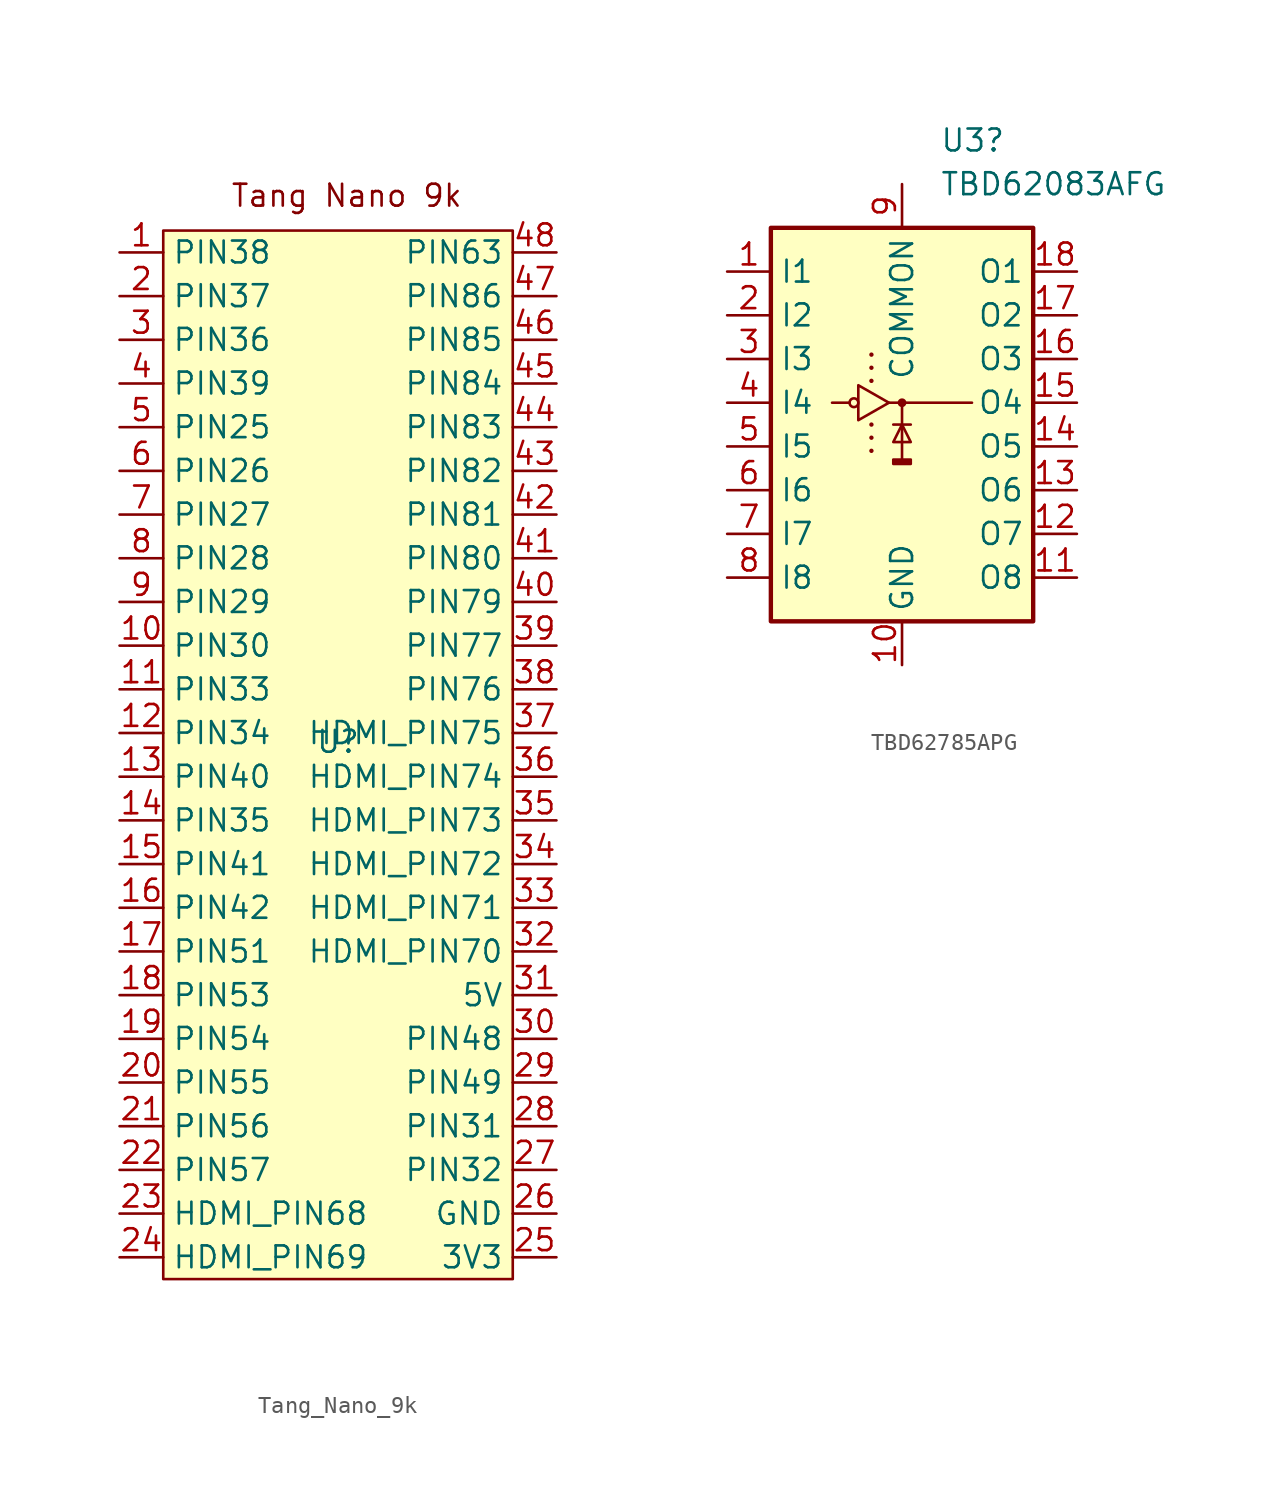
<source format=kicad_sym>
(kicad_symbol_lib
  (version 20231120)
  (generator "kicad_symbol_editor")
  (generator_version "8.0")
  (symbol "Tang_Nano_9k"
    (property "Reference" "U"
      (at 0 -0.508 0)
      (effects (font (size 1.27 1.27))))
    (property "Value" ""
      (at -2.54 0 0)
      (effects (font (size 1.27 1.27))))
    (symbol "Tang_Nano_9k_1_1"
      (rectangle (start -10.16 29.21) (end 10.16 -31.75) (stroke (width 0) (type default)) (fill (type background)))
      (text "Tang Nano 9k" (at 0.508 31.242 0) (effects (font (size 1.27 1.27))))
      (pin bidirectional line (at -12.7 27.94 0) (length 2.54) (name "PIN38" (effects (font (size 1.27 1.27)))) (number "1" (effects (font (size 1.27 1.27)))))
      (pin bidirectional line (at -12.7 5.08 0) (length 2.54) (name "PIN30" (effects (font (size 1.27 1.27)))) (number "10" (effects (font (size 1.27 1.27)))))
      (pin bidirectional line (at -12.7 2.54 0) (length 2.54) (name "PIN33" (effects (font (size 1.27 1.27)))) (number "11" (effects (font (size 1.27 1.27)))))
      (pin bidirectional line (at -12.7 0 0) (length 2.54) (name "PIN34" (effects (font (size 1.27 1.27)))) (number "12" (effects (font (size 1.27 1.27)))))
      (pin bidirectional line (at -12.7 -2.54 0) (length 2.54) (name "PIN40" (effects (font (size 1.27 1.27)))) (number "13" (effects (font (size 1.27 1.27)))))
      (pin bidirectional line (at -12.7 -5.08 0) (length 2.54) (name "PIN35" (effects (font (size 1.27 1.27)))) (number "14" (effects (font (size 1.27 1.27)))))
      (pin bidirectional line (at -12.7 -7.62 0) (length 2.54) (name "PIN41" (effects (font (size 1.27 1.27)))) (number "15" (effects (font (size 1.27 1.27)))))
      (pin bidirectional line (at -12.7 -10.16 0) (length 2.54) (name "PIN42" (effects (font (size 1.27 1.27)))) (number "16" (effects (font (size 1.27 1.27)))))
      (pin bidirectional line (at -12.7 -12.7 0) (length 2.54) (name "PIN51" (effects (font (size 1.27 1.27)))) (number "17" (effects (font (size 1.27 1.27)))))
      (pin bidirectional line (at -12.7 -15.24 0) (length 2.54) (name "PIN53" (effects (font (size 1.27 1.27)))) (number "18" (effects (font (size 1.27 1.27)))))
      (pin bidirectional line (at -12.7 -17.78 0) (length 2.54) (name "PIN54" (effects (font (size 1.27 1.27)))) (number "19" (effects (font (size 1.27 1.27)))))
      (pin bidirectional line (at -12.7 25.4 0) (length 2.54) (name "PIN37" (effects (font (size 1.27 1.27)))) (number "2" (effects (font (size 1.27 1.27)))))
      (pin bidirectional line (at -12.7 -20.32 0) (length 2.54) (name "PIN55" (effects (font (size 1.27 1.27)))) (number "20" (effects (font (size 1.27 1.27)))))
      (pin bidirectional line (at -12.7 -22.86 0) (length 2.54) (name "PIN56" (effects (font (size 1.27 1.27)))) (number "21" (effects (font (size 1.27 1.27)))))
      (pin bidirectional line (at -12.7 -25.4 0) (length 2.54) (name "PIN57" (effects (font (size 1.27 1.27)))) (number "22" (effects (font (size 1.27 1.27)))))
      (pin bidirectional line (at -12.7 -27.94 0) (length 2.54) (name "HDMI_PIN68" (effects (font (size 1.27 1.27)))) (number "23" (effects (font (size 1.27 1.27)))))
      (pin bidirectional line (at -12.7 -30.48 0) (length 2.54) (name "HDMI_PIN69" (effects (font (size 1.27 1.27)))) (number "24" (effects (font (size 1.27 1.27)))))
      (pin power_out line (at 12.7 -30.48 180) (length 2.54) (name "3V3" (effects (font (size 1.27 1.27)))) (number "25" (effects (font (size 1.27 1.27)))))
      (pin power_out line (at 12.7 -27.94 180) (length 2.54) (name "GND" (effects (font (size 1.27 1.27)))) (number "26" (effects (font (size 1.27 1.27)))))
      (pin bidirectional line (at 12.7 -25.4 180) (length 2.54) (name "PIN32" (effects (font (size 1.27 1.27)))) (number "27" (effects (font (size 1.27 1.27)))))
      (pin bidirectional line (at 12.7 -22.86 180) (length 2.54) (name "PIN31" (effects (font (size 1.27 1.27)))) (number "28" (effects (font (size 1.27 1.27)))))
      (pin bidirectional line (at 12.7 -20.32 180) (length 2.54) (name "PIN49" (effects (font (size 1.27 1.27)))) (number "29" (effects (font (size 1.27 1.27)))))
      (pin bidirectional line (at -12.7 22.86 0) (length 2.54) (name "PIN36" (effects (font (size 1.27 1.27)))) (number "3" (effects (font (size 1.27 1.27)))))
      (pin bidirectional line (at 12.7 -17.78 180) (length 2.54) (name "PIN48" (effects (font (size 1.27 1.27)))) (number "30" (effects (font (size 1.27 1.27)))))
      (pin power_out line (at 12.7 -15.24 180) (length 2.54) (name "5V" (effects (font (size 1.27 1.27)))) (number "31" (effects (font (size 1.27 1.27)))))
      (pin bidirectional line (at 12.7 -12.7 180) (length 2.54) (name "HDMI_PIN70" (effects (font (size 1.27 1.27)))) (number "32" (effects (font (size 1.27 1.27)))))
      (pin bidirectional line (at 12.7 -10.16 180) (length 2.54) (name "HDMI_PIN71" (effects (font (size 1.27 1.27)))) (number "33" (effects (font (size 1.27 1.27)))))
      (pin bidirectional line (at 12.7 -7.62 180) (length 2.54) (name "HDMI_PIN72" (effects (font (size 1.27 1.27)))) (number "34" (effects (font (size 1.27 1.27)))))
      (pin bidirectional line (at 12.7 -5.08 180) (length 2.54) (name "HDMI_PIN73" (effects (font (size 1.27 1.27)))) (number "35" (effects (font (size 1.27 1.27)))))
      (pin bidirectional line (at 12.7 -2.54 180) (length 2.54) (name "HDMI_PIN74" (effects (font (size 1.27 1.27)))) (number "36" (effects (font (size 1.27 1.27)))))
      (pin bidirectional line (at 12.7 0 180) (length 2.54) (name "HDMI_PIN75" (effects (font (size 1.27 1.27)))) (number "37" (effects (font (size 1.27 1.27)))))
      (pin bidirectional line (at 12.7 2.54 180) (length 2.54) (name "PIN76" (effects (font (size 1.27 1.27)))) (number "38" (effects (font (size 1.27 1.27)))))
      (pin bidirectional line (at 12.7 5.08 180) (length 2.54) (name "PIN77" (effects (font (size 1.27 1.27)))) (number "39" (effects (font (size 1.27 1.27)))))
      (pin bidirectional line (at -12.7 20.32 0) (length 2.54) (name "PIN39" (effects (font (size 1.27 1.27)))) (number "4" (effects (font (size 1.27 1.27)))))
      (pin bidirectional line (at 12.7 7.62 180) (length 2.54) (name "PIN79" (effects (font (size 1.27 1.27)))) (number "40" (effects (font (size 1.27 1.27)))))
      (pin bidirectional line (at 12.7 10.16 180) (length 2.54) (name "PIN80" (effects (font (size 1.27 1.27)))) (number "41" (effects (font (size 1.27 1.27)))))
      (pin bidirectional line (at 12.7 12.7 180) (length 2.54) (name "PIN81" (effects (font (size 1.27 1.27)))) (number "42" (effects (font (size 1.27 1.27)))))
      (pin bidirectional line (at 12.7 15.24 180) (length 2.54) (name "PIN82" (effects (font (size 1.27 1.27)))) (number "43" (effects (font (size 1.27 1.27)))))
      (pin bidirectional line (at 12.7 17.78 180) (length 2.54) (name "PIN83" (effects (font (size 1.27 1.27)))) (number "44" (effects (font (size 1.27 1.27)))))
      (pin bidirectional line (at 12.7 20.32 180) (length 2.54) (name "PIN84" (effects (font (size 1.27 1.27)))) (number "45" (effects (font (size 1.27 1.27)))))
      (pin bidirectional line (at 12.7 22.86 180) (length 2.54) (name "PIN85" (effects (font (size 1.27 1.27)))) (number "46" (effects (font (size 1.27 1.27)))))
      (pin bidirectional line (at 12.7 25.4 180) (length 2.54) (name "PIN86" (effects (font (size 1.27 1.27)))) (number "47" (effects (font (size 1.27 1.27)))))
      (pin bidirectional line (at 12.7 27.94 180) (length 2.54) (name "PIN63" (effects (font (size 1.27 1.27)))) (number "48" (effects (font (size 1.27 1.27)))))
      (pin bidirectional line (at -12.7 17.78 0) (length 2.54) (name "PIN25" (effects (font (size 1.27 1.27)))) (number "5" (effects (font (size 1.27 1.27)))))
      (pin bidirectional line (at -12.7 15.24 0) (length 2.54) (name "PIN26" (effects (font (size 1.27 1.27)))) (number "6" (effects (font (size 1.27 1.27)))))
      (pin bidirectional line (at -12.7 12.7 0) (length 2.54) (name "PIN27" (effects (font (size 1.27 1.27)))) (number "7" (effects (font (size 1.27 1.27)))))
      (pin bidirectional line (at -12.7 10.16 0) (length 2.54) (name "PIN28" (effects (font (size 1.27 1.27)))) (number "8" (effects (font (size 1.27 1.27)))))
      (pin bidirectional line (at -12.7 7.62 0) (length 2.54) (name "PIN29" (effects (font (size 1.27 1.27)))) (number "9" (effects (font (size 1.27 1.27)))))))
  (symbol "TBD62785APG"
    (property "Reference" "U3"
      (at 2.194 15.24 0)
      (effects (font (size 1.27 1.27)) (justify left)))
    (property "Value" "TBD62083AFG"
      (at 2.194 12.7 0)
      (effects (font (size 1.27 1.27)) (justify left)))
    (symbol "TBD62785APG_0_1"
      (rectangle (start -7.62 10.16) (end 7.62 -12.7) (stroke (width 0.254) (type default)) (fill (type background)))
      (circle (center -2.794 0) (radius 0.254) (stroke (width 0) (type default)) (fill (type none)))
      (rectangle (start -0.508 -3.302) (end 0.508 -3.556) (stroke (width 0) (type default)) (fill (type outline)))
      (polyline (pts (xy -4.064 0) (xy -3.048 0)) (stroke (width 0) (type default)) (fill (type none)))
      (polyline (pts (xy -1.778 -2.794) (xy -1.778 -2.794)) (stroke (width 0.254) (type default)) (fill (type none)))
      (polyline (pts (xy -1.778 -2.032) (xy -1.778 -2.032)) (stroke (width 0.254) (type default)) (fill (type none)))
      (polyline (pts (xy -1.778 -1.27) (xy -1.778 -1.27)) (stroke (width 0.254) (type default)) (fill (type none)))
      (polyline (pts (xy -1.778 1.27) (xy -1.778 1.27)) (stroke (width 0.254) (type default)) (fill (type none)))
      (polyline (pts (xy -1.778 2.032) (xy -1.778 2.032)) (stroke (width 0.254) (type default)) (fill (type none)))
      (polyline (pts (xy -1.778 2.794) (xy -1.778 2.794)) (stroke (width 0.254) (type default)) (fill (type none)))
      (polyline (pts (xy -0.762 0) (xy 4.064 0)) (stroke (width 0) (type default)) (fill (type none)))
      (polyline (pts (xy -0.508 -1.27) (xy 0.508 -1.27)) (stroke (width 0) (type default)) (fill (type none)))
      (polyline (pts (xy 0 0) (xy 0 -3.302)) (stroke (width 0) (type default)) (fill (type none)))
      (polyline (pts (xy 0 0) (xy 0 0)) (stroke (width 0.508) (type default)) (fill (type none)))
      (polyline (pts (xy 0 -1.27) (xy -0.508 -2.286) (xy 0.508 -2.286) (xy 0 -1.27)) (stroke (width 0) (type default)) (fill (type none)))
      (polyline (pts (xy -2.54 0) (xy -2.54 0) (xy -2.54 1.016) (xy -0.762 0) (xy -2.54 -1.016) (xy -2.54 0)) (stroke (width 0) (type default)) (fill (type none))))
    (symbol "TBD62785APG_1_1"
      (pin input line (at -10.16 7.62 0) (length 2.54) (name "I1" (effects (font (size 1.27 1.27)))) (number "1" (effects (font (size 1.27 1.27)))))
      (pin power_in line (at 0 -15.24 90) (length 2.54) (name "GND" (effects (font (size 1.27 1.27)))) (number "10" (effects (font (size 1.27 1.27)))))
      (pin open_emitter line (at 10.16 -10.16 180) (length 2.54) (name "O8" (effects (font (size 1.27 1.27)))) (number "11" (effects (font (size 1.27 1.27)))))
      (pin open_emitter line (at 10.16 -7.62 180) (length 2.54) (name "O7" (effects (font (size 1.27 1.27)))) (number "12" (effects (font (size 1.27 1.27)))))
      (pin open_emitter line (at 10.16 -5.08 180) (length 2.54) (name "O6" (effects (font (size 1.27 1.27)))) (number "13" (effects (font (size 1.27 1.27)))))
      (pin open_emitter line (at 10.16 -2.54 180) (length 2.54) (name "O5" (effects (font (size 1.27 1.27)))) (number "14" (effects (font (size 1.27 1.27)))))
      (pin open_emitter line (at 10.16 0 180) (length 2.54) (name "O4" (effects (font (size 1.27 1.27)))) (number "15" (effects (font (size 1.27 1.27)))))
      (pin open_emitter line (at 10.16 2.54 180) (length 2.54) (name "O3" (effects (font (size 1.27 1.27)))) (number "16" (effects (font (size 1.27 1.27)))))
      (pin open_emitter line (at 10.16 5.08 180) (length 2.54) (name "O2" (effects (font (size 1.27 1.27)))) (number "17" (effects (font (size 1.27 1.27)))))
      (pin open_emitter line (at 10.16 7.62 180) (length 2.54) (name "O1" (effects (font (size 1.27 1.27)))) (number "18" (effects (font (size 1.27 1.27)))))
      (pin input line (at -10.16 5.08 0) (length 2.54) (name "I2" (effects (font (size 1.27 1.27)))) (number "2" (effects (font (size 1.27 1.27)))))
      (pin input line (at -10.16 2.54 0) (length 2.54) (name "I3" (effects (font (size 1.27 1.27)))) (number "3" (effects (font (size 1.27 1.27)))))
      (pin input line (at -10.16 0 0) (length 2.54) (name "I4" (effects (font (size 1.27 1.27)))) (number "4" (effects (font (size 1.27 1.27)))))
      (pin input line (at -10.16 -2.54 0) (length 2.54) (name "I5" (effects (font (size 1.27 1.27)))) (number "5" (effects (font (size 1.27 1.27)))))
      (pin input line (at -10.16 -5.08 0) (length 2.54) (name "I6" (effects (font (size 1.27 1.27)))) (number "6" (effects (font (size 1.27 1.27)))))
      (pin input line (at -10.16 -7.62 0) (length 2.54) (name "I7" (effects (font (size 1.27 1.27)))) (number "7" (effects (font (size 1.27 1.27)))))
      (pin input line (at -10.16 -10.16 0) (length 2.54) (name "I8" (effects (font (size 1.27 1.27)))) (number "8" (effects (font (size 1.27 1.27)))))
      (pin power_in line (at 0 12.7 270) (length 2.54) (name "COMMON" (effects (font (size 1.27 1.27)))) (number "9" (effects (font (size 1.27 1.27))))))))
</source>
